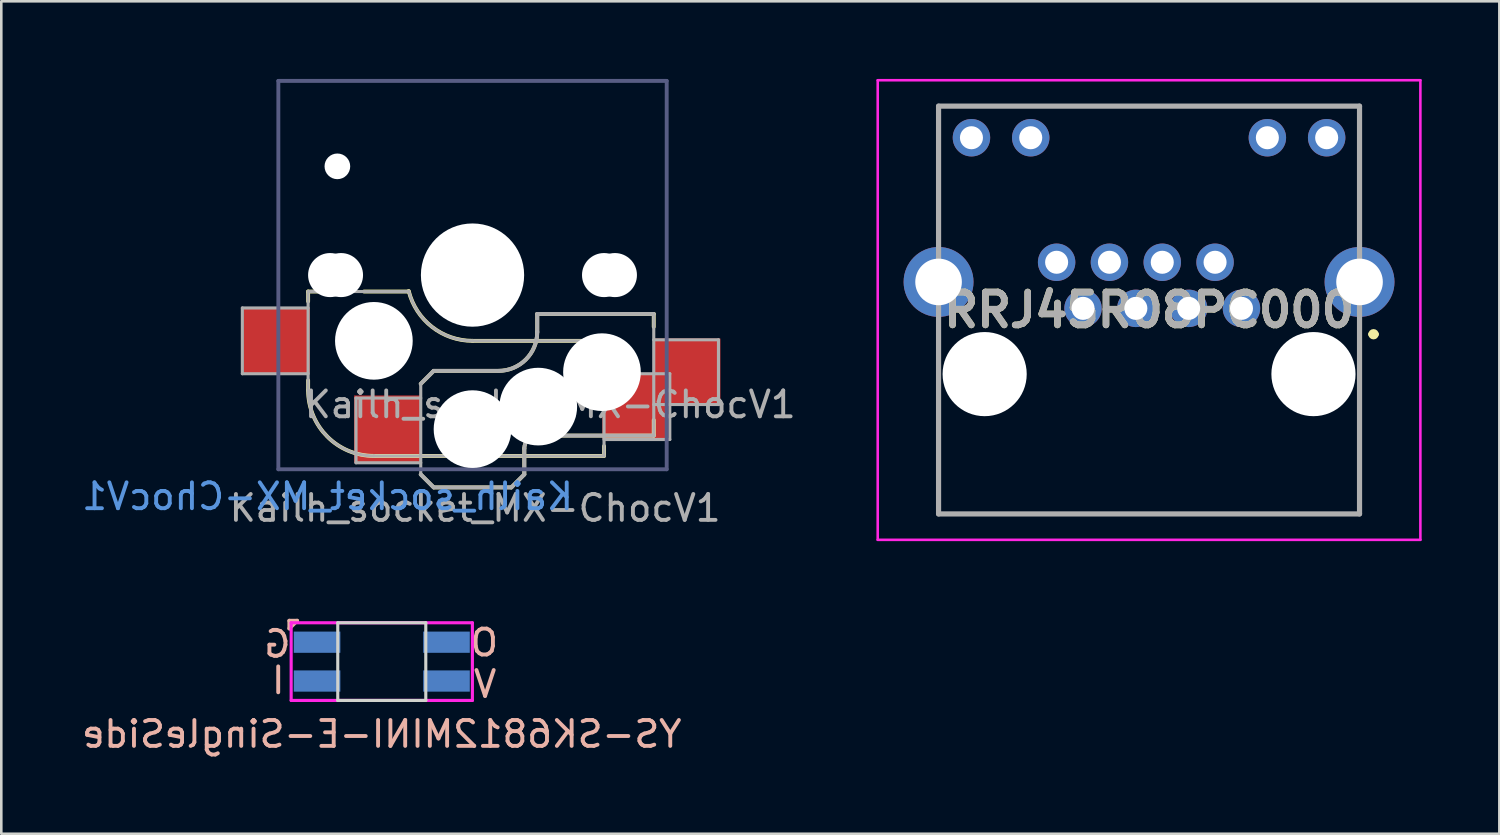
<source format=kicad_pcb>
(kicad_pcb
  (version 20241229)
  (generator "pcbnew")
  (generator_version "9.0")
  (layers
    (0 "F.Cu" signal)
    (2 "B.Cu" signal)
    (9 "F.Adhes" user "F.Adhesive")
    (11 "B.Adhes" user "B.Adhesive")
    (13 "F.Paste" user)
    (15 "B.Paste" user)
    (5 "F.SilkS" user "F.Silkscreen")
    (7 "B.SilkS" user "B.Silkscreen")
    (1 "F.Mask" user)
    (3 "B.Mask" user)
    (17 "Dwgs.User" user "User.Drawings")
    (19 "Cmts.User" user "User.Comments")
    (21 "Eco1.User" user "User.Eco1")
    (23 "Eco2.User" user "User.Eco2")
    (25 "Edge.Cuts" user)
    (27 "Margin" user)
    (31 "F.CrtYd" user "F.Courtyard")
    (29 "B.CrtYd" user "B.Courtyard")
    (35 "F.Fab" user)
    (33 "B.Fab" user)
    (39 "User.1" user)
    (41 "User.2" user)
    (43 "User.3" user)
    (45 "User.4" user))
  (footprint "YS-SK6812MINI-E-SingleSide"
    (layer "F.Cu")
    (at 11.696 22.505)
    (property "Reference" "YS-SK6812MINI-E-SingleSide" (at 0 2.8 0) (layer "B.SilkS") (effects (font (size 1 1) (thickness 0.15)) (justify mirror)))
    (attr through_hole)
    (fp_line (start -3.57 -1.58) (end -3.57 -1.28) (stroke (width 0.15) (type solid)) (layer "B.SilkS"))
    (fp_line (start -3.57 -1.28) (end -3.27 -1.58) (stroke (width 0.15) (type solid)) (layer "B.SilkS"))
    (fp_line (start -3.27 -1.58) (end -3.57 -1.58) (stroke (width 0.15) (type solid)) (layer "B.SilkS"))
    (fp_line (start -1.7 -1.5) (end -1.7 1.5) (stroke (width 0.12) (type solid)) (layer "Edge.Cuts"))
    (fp_line (start -1.7 1.5) (end 1.7 1.5) (stroke (width 0.12) (type solid)) (layer "Edge.Cuts"))
    (fp_line (start 1.7 -1.5) (end -1.7 -1.5) (stroke (width 0.12) (type solid)) (layer "Edge.Cuts"))
    (fp_line (start 1.7 1.5) (end 1.7 -1.5) (stroke (width 0.12) (type solid)) (layer "Edge.Cuts"))
    (fp_line (start -3.5 -1.5) (end -3.5 1.5) (stroke (width 0.12) (type solid)) (layer "F.CrtYd"))
    (fp_line (start -3.5 1.5) (end 3.5 1.5) (stroke (width 0.12) (type solid)) (layer "F.CrtYd"))
    (fp_line (start 3.5 -1.5) (end -3.5 -1.5) (stroke (width 0.12) (type solid)) (layer "F.CrtYd"))
    (fp_line (start 3.5 1.5) (end 3.5 -1.5) (stroke (width 0.12) (type solid)) (layer "F.CrtYd"))
    (fp_text user "O" (at 3.96 -0.73 180) (layer "B.SilkS") (effects (font (size 1 1) (thickness 0.15)) (justify mirror)))
    (fp_text user "V" (at 3.99 0.87 180) (layer "B.SilkS") (effects (font (size 1 1) (thickness 0.15)) (justify mirror)))
    (fp_text user "G" (at -4.03 -0.68 0) (layer "B.SilkS") (effects (font (size 1 1) (thickness 0.15)) (justify mirror)))
    (fp_text user "I" (at -4 0.73 0) (layer "B.SilkS") (effects (font (size 1 1) (thickness 0.15)) (justify mirror)))
    (pad "1" smd rect (at 2.5 0.75) (size 1.8 0.82) (layers "B.Cu" "B.Mask" "B.Paste"))
    (pad "2" smd rect (at 2.5 -0.75) (size 1.8 0.82) (layers "B.Cu" "B.Mask" "B.Paste"))
    (pad "3" smd rect (at -2.5 -0.75) (size 1.8 0.82) (layers "B.Cu" "B.Mask" "B.Paste"))
    (pad "4" smd rect (at -2.5 0.75) (size 1.8 0.82) (layers "B.Cu" "B.Mask" "B.Paste")))
  (footprint "Kailh_socket_MX-ChocV1"
    (layer "F.Cu")
    (at 15.201 7.575)
    (property "Reference" "Kailh_socket_MX-ChocV1" (at -5.6 8.55 180) (layer "Cmts.User") (effects (font (size 1 1) (thickness 0.15)) (justify mirror)))
    (property "Value" "Kailh_socket_MX-ChocV1" (at 0 -8.255 180) (layer "B.Fab") (hide yes) (effects (font (size 1 1) (thickness 0.15)) (justify mirror)))
    (attr smd)
    (fp_line (start -6.35 1.016) (end -6.35 0.635) (stroke (width 0.15) (type solid)) (layer "F.SilkS"))
    (fp_line (start -6.35 4.445) (end -6.35 4.064) (stroke (width 0.15) (type solid)) (layer "F.SilkS"))
    (fp_line (start -5.969 0.635) (end -6.35 0.635) (stroke (width 0.15) (type solid)) (layer "F.SilkS"))
    (fp_line (start -3.81 6.985) (end 5.08 6.985) (stroke (width 0.15) (type solid)) (layer "F.SilkS"))
    (fp_line (start -2.464 0.635) (end -4.191 0.635) (stroke (width 0.15) (type solid)) (layer "F.SilkS"))
    (fp_line (start -2 4.2) (end -1.5 3.7) (stroke (width 0.15) (type solid)) (layer "F.SilkS"))
    (fp_line (start -2 7.7) (end -1.5 8.2) (stroke (width 0.15) (type solid)) (layer "F.SilkS"))
    (fp_line (start -1.5 3.7) (end 1 3.7) (stroke (width 0.15) (type solid)) (layer "F.SilkS"))
    (fp_line (start -1.5 8.2) (end 1.5 8.2) (stroke (width 0.15) (type solid)) (layer "F.SilkS"))
    (fp_line (start 1.5 8.2) (end 2 7.7) (stroke (width 0.15) (type solid)) (layer "F.SilkS"))
    (fp_line (start 2 6.7) (end 2 7.7) (stroke (width 0.15) (type solid)) (layer "F.SilkS"))
    (fp_line (start 2.5 1.5) (end 7 1.5) (stroke (width 0.15) (type solid)) (layer "F.SilkS"))
    (fp_line (start 2.5 2.2) (end 2.5 1.5) (stroke (width 0.15) (type solid)) (layer "F.SilkS"))
    (fp_line (start 5.08 2.54) (end 0 2.54) (stroke (width 0.15) (type solid)) (layer "F.SilkS"))
    (fp_line (start 5.08 3.556) (end 5.08 2.54) (stroke (width 0.15) (type solid)) (layer "F.SilkS"))
    (fp_line (start 5.08 6.985) (end 5.08 6.604) (stroke (width 0.15) (type solid)) (layer "F.SilkS"))
    (fp_line (start 7 1.5) (end 7 2) (stroke (width 0.15) (type solid)) (layer "F.SilkS"))
    (fp_line (start 7 5.6) (end 7 6.2) (stroke (width 0.15) (type solid)) (layer "F.SilkS"))
    (fp_line (start 7 6.2) (end 2.5 6.2) (stroke (width 0.15) (type solid)) (layer "F.SilkS"))
    (fp_arc (start -3.81 6.985) (mid -5.606051 6.241051) (end -6.35 4.445) (stroke (width 0.15) (type solid)) (layer "F.SilkS"))
    (fp_arc (start 0 2.54) (mid -1.563147 2.002042) (end -2.464162 0.61604) (stroke (width 0.15) (type solid)) (layer "F.SilkS"))
    (fp_arc (start 2 6.7) (mid 2.146447 6.346447) (end 2.5 6.2) (stroke (width 0.15) (type solid)) (layer "F.SilkS"))
    (fp_arc (start 2.5 2.2) (mid 2.06066 3.26066) (end 1 3.7) (stroke (width 0.15) (type solid)) (layer "F.SilkS"))
    (fp_line (start -6.9 -6.9) (end -6.9 6.9) (stroke (width 0.15) (type solid)) (layer "Eco2.User"))
    (fp_line (start -6.9 -6.9) (end 6.9 -6.9) (stroke (width 0.15) (type solid)) (layer "Eco2.User"))
    (fp_line (start -2.6 -6.3) (end 2.6 -6.3) (stroke (width 0.15) (type solid)) (layer "Eco2.User"))
    (fp_line (start -2.6 -3.1) (end -2.6 -6.3) (stroke (width 0.15) (type solid)) (layer "Eco2.User"))
    (fp_line (start 2.6 -3.1) (end -2.6 -3.1) (stroke (width 0.15) (type solid)) (layer "Eco2.User"))
    (fp_line (start 2.6 -3.1) (end 2.6 -6.3) (stroke (width 0.15) (type solid)) (layer "Eco2.User"))
    (fp_line (start 6.9 6.9) (end -6.9 6.9) (stroke (width 0.15) (type solid)) (layer "Eco2.User"))
    (fp_line (start 6.9 6.9) (end 6.9 -6.9) (stroke (width 0.15) (type solid)) (layer "Eco2.User"))
    (fp_line (start -7.5 -7.5) (end -7.5 7.5) (stroke (width 0.15) (type solid)) (layer "B.Fab"))
    (fp_line (start -7.5 7.5) (end 7.5 7.5) (stroke (width 0.15) (type solid)) (layer "B.Fab"))
    (fp_line (start 7.5 -7.5) (end -7.5 -7.5) (stroke (width 0.15) (type solid)) (layer "B.Fab"))
    (fp_line (start 7.5 7.5) (end 7.5 -7.5) (stroke (width 0.15) (type solid)) (layer "B.Fab"))
    (fp_line (start -8.89 1.27) (end -8.89 3.81) (stroke (width 0.12) (type solid)) (layer "F.Fab"))
    (fp_line (start -8.89 3.81) (end -6.35 3.81) (stroke (width 0.12) (type solid)) (layer "F.Fab"))
    (fp_line (start -6.35 0.635) (end -6.35 4.445) (stroke (width 0.12) (type solid)) (layer "F.Fab"))
    (fp_line (start -6.35 0.635) (end -2.54 0.635) (stroke (width 0.12) (type solid)) (layer "F.Fab"))
    (fp_line (start -6.35 1.27) (end -8.89 1.27) (stroke (width 0.12) (type solid)) (layer "F.Fab"))
    (fp_line (start -4.5 4.75) (end -4.5 7.25) (stroke (width 0.12) (type solid)) (layer "F.Fab"))
    (fp_line (start -4.5 7.25) (end -2 7.25) (stroke (width 0.12) (type solid)) (layer "F.Fab"))
    (fp_line (start -3.81 6.985) (end 5.08 6.985) (stroke (width 0.12) (type solid)) (layer "F.Fab"))
    (fp_line (start -2 4.2) (end -1.5 3.7) (stroke (width 0.15) (type solid)) (layer "F.Fab"))
    (fp_line (start -2 4.25) (end -2 7.7) (stroke (width 0.12) (type solid)) (layer "F.Fab"))
    (fp_line (start -2 4.75) (end -4.5 4.75) (stroke (width 0.12) (type solid)) (layer "F.Fab"))
    (fp_line (start -2 7.7) (end -1.5 8.2) (stroke (width 0.15) (type solid)) (layer "F.Fab"))
    (fp_line (start -1.5 3.7) (end 1 3.7) (stroke (width 0.15) (type solid)) (layer "F.Fab"))
    (fp_line (start -1.5 8.2) (end 1.5 8.2) (stroke (width 0.15) (type solid)) (layer "F.Fab"))
    (fp_line (start 1.5 8.2) (end 2 7.7) (stroke (width 0.15) (type solid)) (layer "F.Fab"))
    (fp_line (start 2 6.7) (end 2 7.7) (stroke (width 0.15) (type solid)) (layer "F.Fab"))
    (fp_line (start 2.5 1.5) (end 7 1.5) (stroke (width 0.15) (type solid)) (layer "F.Fab"))
    (fp_line (start 2.5 2.2) (end 2.5 1.5) (stroke (width 0.15) (type solid)) (layer "F.Fab"))
    (fp_line (start 5.08 2.54) (end 0 2.54) (stroke (width 0.12) (type solid)) (layer "F.Fab"))
    (fp_line (start 5.08 6.35) (end 7.62 6.35) (stroke (width 0.12) (type solid)) (layer "F.Fab"))
    (fp_line (start 5.08 6.985) (end 5.08 2.54) (stroke (width 0.12) (type solid)) (layer "F.Fab"))
    (fp_line (start 7 1.5) (end 7 6.2) (stroke (width 0.12) (type solid)) (layer "F.Fab"))
    (fp_line (start 7 5) (end 9.5 5) (stroke (width 0.12) (type solid)) (layer "F.Fab"))
    (fp_line (start 7 6.2) (end 2.5 6.2) (stroke (width 0.15) (type solid)) (layer "F.Fab"))
    (fp_line (start 7.62 3.81) (end 5.08 3.81) (stroke (width 0.12) (type solid)) (layer "F.Fab"))
    (fp_line (start 7.62 6.35) (end 7.62 3.81) (stroke (width 0.12) (type solid)) (layer "F.Fab"))
    (fp_line (start 9.5 2.5) (end 7 2.5) (stroke (width 0.12) (type solid)) (layer "F.Fab"))
    (fp_line (start 9.5 5) (end 9.5 2.5) (stroke (width 0.12) (type solid)) (layer "F.Fab"))
    (fp_arc (start -3.81 6.985) (mid -5.606051 6.241051) (end -6.35 4.445) (stroke (width 0.12) (type solid)) (layer "F.Fab"))
    (fp_arc (start 0 2.54) (mid -1.563147 2.002042) (end -2.464162 0.61604) (stroke (width 0.12) (type solid)) (layer "F.Fab"))
    (fp_arc (start 2 6.7) (mid 2.146447 6.346447) (end 2.5 6.2) (stroke (width 0.15) (type solid)) (layer "F.Fab"))
    (fp_arc (start 2.5 2.2) (mid 2.06066 3.26066) (end 1 3.7) (stroke (width 0.15) (type solid)) (layer "F.Fab"))
    (fp_text user "${REFERENCE}" (at 3 5 0) (layer "F.Fab") (effects (font (size 1 1) (thickness 0.15))))
    (fp_text user "${VALUE}" (at 0.1 9 0) (layer "F.Fab") (effects (font (size 1 1) (thickness 0.15))))
    (pad "" np_thru_hole circle (at -5.5 0) (size 1.702 1.702) (drill 1.702) (layers "*.Cu" "*.Mask"))
    (pad "" np_thru_hole circle (at -5.22 -4.2) (size 0.991 0.991) (drill 0.991) (layers "*.Cu" "*.Mask"))
    (pad "" np_thru_hole circle (at -5.08 0 180) (size 1.702 1.702) (drill 1.702) (layers "*.Cu" "*.Mask"))
    (pad "" np_thru_hole circle (at -3.81 2.54 180) (size 3 3) (drill 3) (layers "*.Cu" "*.Mask"))
    (pad "" np_thru_hole circle (at 0 0) (size 3.429 3.429) (drill 3.429) (layers "*.Cu" "*.Mask"))
    (pad "" np_thru_hole circle (at 0 0 180) (size 3.988 3.988) (drill 3.988) (layers "*.Cu" "*.Mask"))
    (pad "" np_thru_hole circle (at 0 5.95) (size 3 3) (drill 3) (layers "*.Cu" "*.Mask"))
    (pad "" np_thru_hole circle (at 2.54 5.08 180) (size 3 3) (drill 3) (layers "*.Cu" "*.Mask"))
    (pad "" np_thru_hole circle (at 5 3.75) (size 3 3) (drill 3) (layers "*.Cu" "*.Mask"))
    (pad "" np_thru_hole circle (at 5.08 0 180) (size 1.702 1.702) (drill 1.702) (layers "*.Cu" "*.Mask"))
    (pad "" np_thru_hole circle (at 5.5 0) (size 1.702 1.702) (drill 1.702) (layers "*.Cu" "*.Mask"))
    (pad "1" smd rect (at 6.29 5.08 180) (size 2.55 2.5) (layers "F.Cu" "F.Mask" "F.Paste"))
    (pad "1" smd rect (at 8.275 3.75) (size 2.6 2.6) (layers "F.Cu" "F.Mask" "F.Paste"))
    (pad "2" smd rect (at -7.56 2.54 180) (size 2.55 2.5) (layers "F.Cu" "F.Mask" "F.Paste"))
    (pad "2" smd rect (at -3.275 5.95) (size 2.6 2.6) (layers "F.Cu" "F.Mask" "F.Paste")))
  (footprint "RRJ45R08PC000"
    (layer "F.Cu")
    (at 44.902 8.86)
    (property "Reference" "RRJ45R08PC000" (at -3.57 0.065 0) (layer "F.SilkS") (effects (font (size 1.27 1.27) (thickness 0.254))))
    (attr through_hole)
    (fp_line (start -11.72 -7.81) (end 4.56 -7.81) (stroke (width 0.1) (type solid)) (layer "F.SilkS"))
    (fp_line (start -11.72 -2.96) (end -11.72 -7.81) (stroke (width 0.1) (type solid)) (layer "F.SilkS"))
    (fp_line (start -11.7 0.54) (end -11.7 7.94) (stroke (width 0.1) (type solid)) (layer "F.SilkS"))
    (fp_line (start -11.7 7.94) (end 4.56 7.94) (stroke (width 0.1) (type solid)) (layer "F.SilkS"))
    (fp_line (start 4.56 -7.81) (end 4.56 -2.96) (stroke (width 0.1) (type solid)) (layer "F.SilkS"))
    (fp_line (start 4.56 7.94) (end 4.56 0.54) (stroke (width 0.1) (type solid)) (layer "F.SilkS"))
    (fp_line (start 5 1) (end 5 1) (stroke (width 0.2) (type solid)) (layer "F.SilkS"))
    (fp_line (start 5.2 1) (end 5.2 1) (stroke (width 0.2) (type solid)) (layer "F.SilkS"))
    (fp_arc (start 5 1) (mid 5.1 0.9) (end 5.2 1) (stroke (width 0.2) (type solid)) (layer "F.SilkS"))
    (fp_arc (start 5.2 1) (mid 5.1 1.1) (end 5 1) (stroke (width 0.2) (type solid)) (layer "F.SilkS"))
    (fp_line (start -14.05 -8.81) (end 6.91 -8.81) (stroke (width 0.1) (type solid)) (layer "F.CrtYd"))
    (fp_line (start -14.05 8.94) (end -14.05 -8.81) (stroke (width 0.1) (type solid)) (layer "F.CrtYd"))
    (fp_line (start 6.91 -8.81) (end 6.91 8.94) (stroke (width 0.1) (type solid)) (layer "F.CrtYd"))
    (fp_line (start 6.91 8.94) (end -14.05 8.94) (stroke (width 0.1) (type solid)) (layer "F.CrtYd"))
    (fp_line (start -11.7 -7.81) (end 4.56 -7.81) (stroke (width 0.2) (type solid)) (layer "F.Fab"))
    (fp_line (start -11.7 7.94) (end -11.7 -7.81) (stroke (width 0.2) (type solid)) (layer "F.Fab"))
    (fp_line (start 4.56 -7.81) (end 4.56 7.94) (stroke (width 0.2) (type solid)) (layer "F.Fab"))
    (fp_line (start 4.56 7.94) (end -11.7 7.94) (stroke (width 0.2) (type solid)) (layer "F.Fab"))
    (fp_text user "${REFERENCE}" (at -3.57 0.065 0) (layer "F.Fab") (effects (font (size 1.27 1.27) (thickness 0.254))))
    (pad "" np_thru_hole circle (at -9.92 2.54) (size 3.25 3.25) (drill 3.25) (layers "*.Cu" "*.Mask"))
    (pad "" np_thru_hole circle (at 2.78 2.54) (size 3.25 3.25) (drill 3.25) (layers "*.Cu" "*.Mask"))
    (pad "1" thru_hole circle (at 0 0) (size 1.446 1.446) (drill 0.89) (layers "*.Cu" "*.Mask"))
    (pad "2" thru_hole circle (at -1.02 -1.78) (size 1.446 1.446) (drill 0.89) (layers "*.Cu" "*.Mask"))
    (pad "3" thru_hole circle (at -2.04 0) (size 1.446 1.446) (drill 0.89) (layers "*.Cu" "*.Mask"))
    (pad "4" thru_hole circle (at -3.06 -1.78) (size 1.446 1.446) (drill 0.89) (layers "*.Cu" "*.Mask"))
    (pad "5" thru_hole circle (at -4.08 0) (size 1.446 1.446) (drill 0.89) (layers "*.Cu" "*.Mask"))
    (pad "6" thru_hole circle (at -5.1 -1.78) (size 1.446 1.446) (drill 0.89) (layers "*.Cu" "*.Mask"))
    (pad "7" thru_hole circle (at -6.12 0) (size 1.446 1.446) (drill 0.89) (layers "*.Cu" "*.Mask"))
    (pad "8" thru_hole circle (at -7.14 -1.78) (size 1.446 1.446) (drill 0.89) (layers "*.Cu" "*.Mask"))
    (pad "9" thru_hole circle (at 3.29 -6.59) (size 1.446 1.446) (drill 0.89) (layers "*.Cu" "*.Mask"))
    (pad "10" thru_hole circle (at 1 -6.59) (size 1.446 1.446) (drill 0.89) (layers "*.Cu" "*.Mask"))
    (pad "11" thru_hole circle (at -8.14 -6.59) (size 1.446 1.446) (drill 0.89) (layers "*.Cu" "*.Mask"))
    (pad "12" thru_hole circle (at -10.43 -6.59) (size 1.446 1.446) (drill 0.89) (layers "*.Cu" "*.Mask"))
    (pad "MH1" thru_hole circle (at -11.7 -1.02) (size 2.7 2.7) (drill 1.8) (layers "*.Cu" "*.Mask"))
    (pad "MH2" thru_hole circle (at 4.56 -1.02) (size 2.7 2.7) (drill 1.8) (layers "*.Cu" "*.Mask")))
  (gr_rect
    (start -3 -3)
    (end 54.862 29.153)
    (stroke (width 0.1) (type default))
    (fill no)
    (layer "Edge.Cuts")))
</source>
